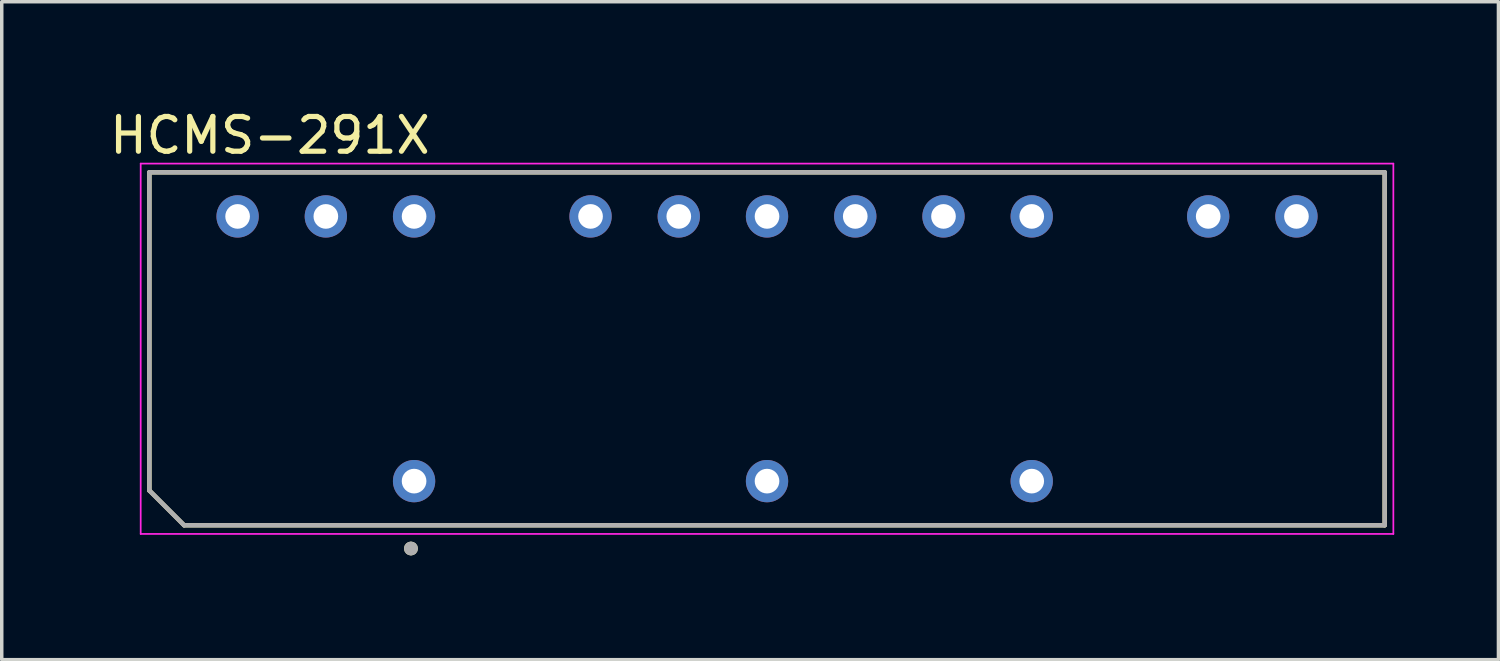
<source format=kicad_pcb>
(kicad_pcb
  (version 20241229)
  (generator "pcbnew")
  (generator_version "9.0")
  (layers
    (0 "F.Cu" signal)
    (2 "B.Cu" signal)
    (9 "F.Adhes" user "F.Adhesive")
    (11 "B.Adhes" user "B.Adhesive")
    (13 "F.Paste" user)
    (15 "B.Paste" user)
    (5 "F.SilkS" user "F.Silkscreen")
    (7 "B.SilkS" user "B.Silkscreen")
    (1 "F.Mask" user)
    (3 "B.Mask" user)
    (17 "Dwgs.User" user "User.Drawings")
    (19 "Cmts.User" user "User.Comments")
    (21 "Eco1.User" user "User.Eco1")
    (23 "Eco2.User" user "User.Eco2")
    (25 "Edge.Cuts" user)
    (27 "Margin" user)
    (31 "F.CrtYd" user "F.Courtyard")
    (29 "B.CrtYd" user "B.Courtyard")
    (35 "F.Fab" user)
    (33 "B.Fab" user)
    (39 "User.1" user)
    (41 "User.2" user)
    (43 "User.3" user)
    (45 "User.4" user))
  (footprint "HCMS-291X"
    (layer "F.Cu")
    (at 19.03 6.99)
    (property "Reference" "HCMS-291X" (at -14.31 -6.142 0) (layer "F.SilkS") (effects (font (size 1 1) (thickness 0.15))))
    (attr through_hole)
    (fp_line (start -17.78 -5.08) (end -17.78 4.08) (stroke (width 0.127) (type solid)) (layer "F.SilkS"))
    (fp_line (start -17.78 4.08) (end -16.78 5.08) (stroke (width 0.127) (type solid)) (layer "F.SilkS"))
    (fp_line (start -16.78 5.08) (end 17.78 5.08) (stroke (width 0.127) (type solid)) (layer "F.SilkS"))
    (fp_line (start 17.78 -5.08) (end -17.78 -5.08) (stroke (width 0.127) (type solid)) (layer "F.SilkS"))
    (fp_line (start 17.78 5.08) (end 17.78 -5.08) (stroke (width 0.127) (type solid)) (layer "F.SilkS"))
    (fp_circle (center -10.25 5.75) (end -10.15 5.75) (stroke (width 0.2) (type solid)) (fill no) (layer "F.SilkS"))
    (fp_line (start -18.03 -5.33) (end -18.03 5.33) (stroke (width 0.05) (type solid)) (layer "F.CrtYd"))
    (fp_line (start -18.03 5.33) (end 18.03 5.33) (stroke (width 0.05) (type solid)) (layer "F.CrtYd"))
    (fp_line (start 18.03 -5.33) (end -18.03 -5.33) (stroke (width 0.05) (type solid)) (layer "F.CrtYd"))
    (fp_line (start 18.03 5.33) (end 18.03 -5.33) (stroke (width 0.05) (type solid)) (layer "F.CrtYd"))
    (fp_line (start -17.78 -5.08) (end -17.78 4.08) (stroke (width 0.127) (type solid)) (layer "F.Fab"))
    (fp_line (start -17.78 4.08) (end -16.78 5.08) (stroke (width 0.127) (type solid)) (layer "F.Fab"))
    (fp_line (start -16.78 5.08) (end 17.78 5.08) (stroke (width 0.127) (type solid)) (layer "F.Fab"))
    (fp_line (start 17.78 -5.08) (end -17.78 -5.08) (stroke (width 0.127) (type solid)) (layer "F.Fab"))
    (fp_line (start 17.78 5.08) (end 17.78 -5.08) (stroke (width 0.127) (type solid)) (layer "F.Fab"))
    (fp_circle (center -10.25 5.75) (end -10.15 5.75) (stroke (width 0.2) (type solid)) (fill no) (layer "F.Fab"))
    (pad "3" thru_hole circle (at -10.16 3.81) (size 1.218 1.218) (drill 0.71) (layers "*.Cu" "*.Mask"))
    (pad "7" thru_hole circle (at 0 3.81) (size 1.218 1.218) (drill 0.71) (layers "*.Cu" "*.Mask"))
    (pad "10" thru_hole circle (at 7.62 3.81) (size 1.218 1.218) (drill 0.71) (layers "*.Cu" "*.Mask"))
    (pad "14" thru_hole circle (at 15.24 -3.81) (size 1.218 1.218) (drill 0.71) (layers "*.Cu" "*.Mask"))
    (pad "15" thru_hole circle (at 12.7 -3.81) (size 1.218 1.218) (drill 0.71) (layers "*.Cu" "*.Mask"))
    (pad "17" thru_hole circle (at 7.62 -3.81) (size 1.218 1.218) (drill 0.71) (layers "*.Cu" "*.Mask"))
    (pad "18" thru_hole circle (at 5.08 -3.81) (size 1.218 1.218) (drill 0.71) (layers "*.Cu" "*.Mask"))
    (pad "19" thru_hole circle (at 2.54 -3.81) (size 1.218 1.218) (drill 0.71) (layers "*.Cu" "*.Mask"))
    (pad "20" thru_hole circle (at 0 -3.81) (size 1.218 1.218) (drill 0.71) (layers "*.Cu" "*.Mask"))
    (pad "21" thru_hole circle (at -2.54 -3.81) (size 1.218 1.218) (drill 0.71) (layers "*.Cu" "*.Mask"))
    (pad "22" thru_hole circle (at -5.08 -3.81) (size 1.218 1.218) (drill 0.71) (layers "*.Cu" "*.Mask"))
    (pad "24" thru_hole circle (at -10.16 -3.81) (size 1.218 1.218) (drill 0.71) (layers "*.Cu" "*.Mask"))
    (pad "25" thru_hole circle (at -12.7 -3.81) (size 1.218 1.218) (drill 0.71) (layers "*.Cu" "*.Mask"))
    (pad "26" thru_hole circle (at -15.24 -3.81) (size 1.218 1.218) (drill 0.71) (layers "*.Cu" "*.Mask")))
  (gr_rect
    (start -3 -3)
    (end 40.085 15.94)
    (stroke (width 0.1) (type default))
    (fill no)
    (layer "Edge.Cuts")))
</source>
